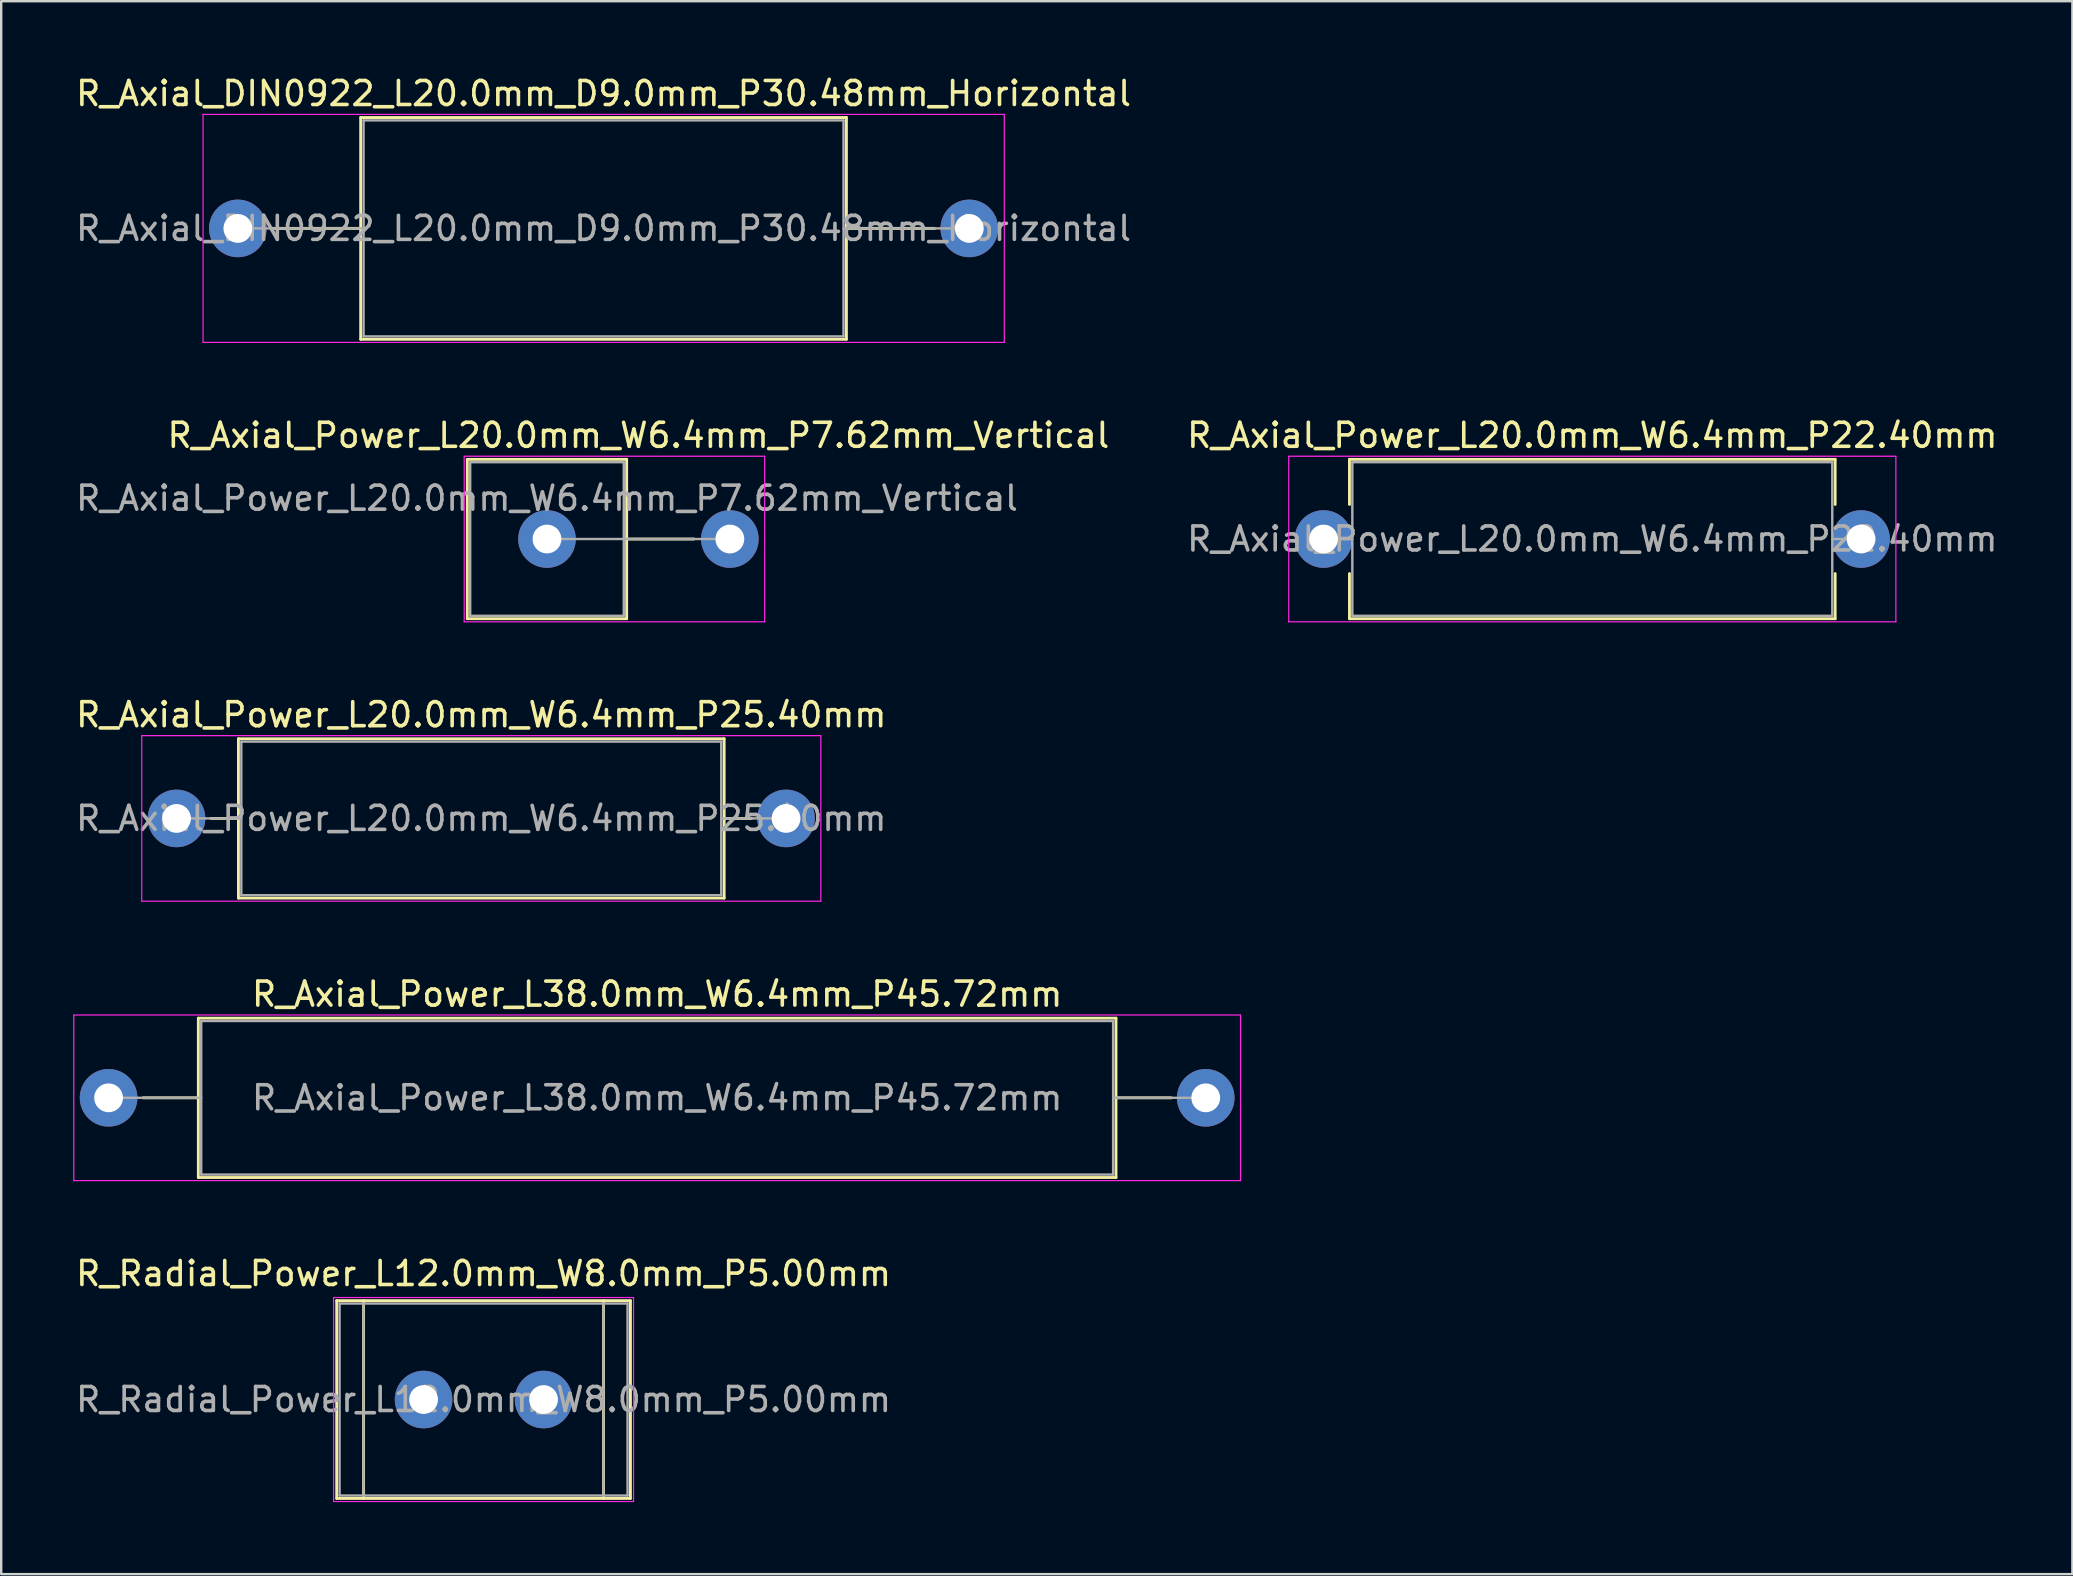
<source format=kicad_pcb>
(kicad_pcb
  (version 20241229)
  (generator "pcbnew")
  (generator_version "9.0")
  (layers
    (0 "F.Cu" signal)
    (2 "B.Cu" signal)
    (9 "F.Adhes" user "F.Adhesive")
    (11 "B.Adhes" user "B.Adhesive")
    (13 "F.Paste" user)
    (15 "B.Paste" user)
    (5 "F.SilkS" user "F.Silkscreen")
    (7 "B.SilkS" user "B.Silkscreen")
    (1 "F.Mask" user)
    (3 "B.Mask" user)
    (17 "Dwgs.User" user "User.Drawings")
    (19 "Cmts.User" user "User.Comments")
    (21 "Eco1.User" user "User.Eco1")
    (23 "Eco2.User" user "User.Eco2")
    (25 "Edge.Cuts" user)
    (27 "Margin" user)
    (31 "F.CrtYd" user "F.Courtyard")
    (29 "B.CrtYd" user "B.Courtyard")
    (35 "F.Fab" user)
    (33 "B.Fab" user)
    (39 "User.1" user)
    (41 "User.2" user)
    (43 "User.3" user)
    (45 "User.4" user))
  (footprint "R_Axial_Power_L38.0mm_W6.4mm_P45.72mm"
    (layer "F.Cu")
    (at 1.475 42.698)
    (property "Reference" "R_Axial_Power_L38.0mm_W6.4mm_P45.72mm" (at 22.86 -4.32 0) (layer "F.SilkS") (effects (font (size 1 1) (thickness 0.15))))
    (attr through_hole)
    (fp_line (start 1.44 0) (end 3.74 0) (stroke (width 0.12) (type solid)) (layer "F.SilkS"))
    (fp_line (start 3.74 -3.32) (end 3.74 3.32) (stroke (width 0.12) (type solid)) (layer "F.SilkS"))
    (fp_line (start 3.74 3.32) (end 41.98 3.32) (stroke (width 0.12) (type solid)) (layer "F.SilkS"))
    (fp_line (start 41.98 -3.32) (end 3.74 -3.32) (stroke (width 0.12) (type solid)) (layer "F.SilkS"))
    (fp_line (start 41.98 3.32) (end 41.98 -3.32) (stroke (width 0.12) (type solid)) (layer "F.SilkS"))
    (fp_line (start 44.28 0) (end 41.98 0) (stroke (width 0.12) (type solid)) (layer "F.SilkS"))
    (fp_line (start -1.45 -3.45) (end -1.45 3.45) (stroke (width 0.05) (type solid)) (layer "F.CrtYd"))
    (fp_line (start -1.45 3.45) (end 47.17 3.45) (stroke (width 0.05) (type solid)) (layer "F.CrtYd"))
    (fp_line (start 47.17 -3.45) (end -1.45 -3.45) (stroke (width 0.05) (type solid)) (layer "F.CrtYd"))
    (fp_line (start 47.17 3.45) (end 47.17 -3.45) (stroke (width 0.05) (type solid)) (layer "F.CrtYd"))
    (fp_line (start 0 0) (end 3.86 0) (stroke (width 0.1) (type solid)) (layer "F.Fab"))
    (fp_line (start 3.86 -3.2) (end 3.86 3.2) (stroke (width 0.1) (type solid)) (layer "F.Fab"))
    (fp_line (start 3.86 3.2) (end 41.86 3.2) (stroke (width 0.1) (type solid)) (layer "F.Fab"))
    (fp_line (start 41.86 -3.2) (end 3.86 -3.2) (stroke (width 0.1) (type solid)) (layer "F.Fab"))
    (fp_line (start 41.86 3.2) (end 41.86 -3.2) (stroke (width 0.1) (type solid)) (layer "F.Fab"))
    (fp_line (start 45.72 0) (end 41.86 0) (stroke (width 0.1) (type solid)) (layer "F.Fab"))
    (fp_text user "${REFERENCE}" (at 22.86 0 0) (layer "F.Fab") (effects (font (size 1 1) (thickness 0.15))))
    (pad "1" thru_hole circle (at 0 0) (size 2.4 2.4) (drill 1.2) (layers "*.Cu" "*.Mask"))
    (pad "2" thru_hole oval (at 45.72 0) (size 2.4 2.4) (drill 1.2) (layers "*.Cu" "*.Mask")))
  (footprint "R_Axial_Power_L20.0mm_W6.4mm_P22.40mm"
    (layer "F.Cu")
    (at 52.104 19.412)
    (property "Reference" "R_Axial_Power_L20.0mm_W6.4mm_P22.40mm" (at 11.2 -4.32 0) (layer "F.SilkS") (effects (font (size 1 1) (thickness 0.15))))
    (attr through_hole)
    (fp_line (start 1.08 -3.32) (end 21.32 -3.32) (stroke (width 0.12) (type solid)) (layer "F.SilkS"))
    (fp_line (start 1.08 -1.44) (end 1.08 -3.32) (stroke (width 0.12) (type solid)) (layer "F.SilkS"))
    (fp_line (start 1.08 1.44) (end 1.08 3.32) (stroke (width 0.12) (type solid)) (layer "F.SilkS"))
    (fp_line (start 1.08 3.32) (end 21.32 3.32) (stroke (width 0.12) (type solid)) (layer "F.SilkS"))
    (fp_line (start 21.32 -3.32) (end 21.32 -1.44) (stroke (width 0.12) (type solid)) (layer "F.SilkS"))
    (fp_line (start 21.32 3.32) (end 21.32 1.44) (stroke (width 0.12) (type solid)) (layer "F.SilkS"))
    (fp_line (start -1.45 -3.45) (end -1.45 3.45) (stroke (width 0.05) (type solid)) (layer "F.CrtYd"))
    (fp_line (start -1.45 3.45) (end 23.85 3.45) (stroke (width 0.05) (type solid)) (layer "F.CrtYd"))
    (fp_line (start 23.85 -3.45) (end -1.45 -3.45) (stroke (width 0.05) (type solid)) (layer "F.CrtYd"))
    (fp_line (start 23.85 3.45) (end 23.85 -3.45) (stroke (width 0.05) (type solid)) (layer "F.CrtYd"))
    (fp_line (start 0 0) (end 1.2 0) (stroke (width 0.1) (type solid)) (layer "F.Fab"))
    (fp_line (start 1.2 -3.2) (end 1.2 3.2) (stroke (width 0.1) (type solid)) (layer "F.Fab"))
    (fp_line (start 1.2 3.2) (end 21.2 3.2) (stroke (width 0.1) (type solid)) (layer "F.Fab"))
    (fp_line (start 21.2 -3.2) (end 1.2 -3.2) (stroke (width 0.1) (type solid)) (layer "F.Fab"))
    (fp_line (start 21.2 3.2) (end 21.2 -3.2) (stroke (width 0.1) (type solid)) (layer "F.Fab"))
    (fp_line (start 22.4 0) (end 21.2 0) (stroke (width 0.1) (type solid)) (layer "F.Fab"))
    (fp_text user "${REFERENCE}" (at 11.2 0 0) (layer "F.Fab") (effects (font (size 1 1) (thickness 0.15))))
    (pad "1" thru_hole circle (at 0 0) (size 2.4 2.4) (drill 1.2) (layers "*.Cu" "*.Mask"))
    (pad "2" thru_hole oval (at 22.4 0) (size 2.4 2.4) (drill 1.2) (layers "*.Cu" "*.Mask")))
  (footprint "R_Axial_Power_L20.0mm_W6.4mm_P25.40mm"
    (layer "F.Cu")
    (at 4.306 31.055)
    (property "Reference" "R_Axial_Power_L20.0mm_W6.4mm_P25.40mm" (at 12.7 -4.32 0) (layer "F.SilkS") (effects (font (size 1 1) (thickness 0.15))))
    (attr through_hole)
    (fp_line (start 1.44 0) (end 2.58 0) (stroke (width 0.12) (type solid)) (layer "F.SilkS"))
    (fp_line (start 2.58 -3.32) (end 2.58 3.32) (stroke (width 0.12) (type solid)) (layer "F.SilkS"))
    (fp_line (start 2.58 3.32) (end 22.82 3.32) (stroke (width 0.12) (type solid)) (layer "F.SilkS"))
    (fp_line (start 22.82 -3.32) (end 2.58 -3.32) (stroke (width 0.12) (type solid)) (layer "F.SilkS"))
    (fp_line (start 22.82 3.32) (end 22.82 -3.32) (stroke (width 0.12) (type solid)) (layer "F.SilkS"))
    (fp_line (start 23.96 0) (end 22.82 0) (stroke (width 0.12) (type solid)) (layer "F.SilkS"))
    (fp_line (start -1.45 -3.45) (end -1.45 3.45) (stroke (width 0.05) (type solid)) (layer "F.CrtYd"))
    (fp_line (start -1.45 3.45) (end 26.85 3.45) (stroke (width 0.05) (type solid)) (layer "F.CrtYd"))
    (fp_line (start 26.85 -3.45) (end -1.45 -3.45) (stroke (width 0.05) (type solid)) (layer "F.CrtYd"))
    (fp_line (start 26.85 3.45) (end 26.85 -3.45) (stroke (width 0.05) (type solid)) (layer "F.CrtYd"))
    (fp_line (start 0 0) (end 2.7 0) (stroke (width 0.1) (type solid)) (layer "F.Fab"))
    (fp_line (start 2.7 -3.2) (end 2.7 3.2) (stroke (width 0.1) (type solid)) (layer "F.Fab"))
    (fp_line (start 2.7 3.2) (end 22.7 3.2) (stroke (width 0.1) (type solid)) (layer "F.Fab"))
    (fp_line (start 22.7 -3.2) (end 2.7 -3.2) (stroke (width 0.1) (type solid)) (layer "F.Fab"))
    (fp_line (start 22.7 3.2) (end 22.7 -3.2) (stroke (width 0.1) (type solid)) (layer "F.Fab"))
    (fp_line (start 25.4 0) (end 22.7 0) (stroke (width 0.1) (type solid)) (layer "F.Fab"))
    (fp_text user "${REFERENCE}" (at 12.7 0 0) (layer "F.Fab") (effects (font (size 1 1) (thickness 0.15))))
    (pad "1" thru_hole circle (at 0 0) (size 2.4 2.4) (drill 1.2) (layers "*.Cu" "*.Mask"))
    (pad "2" thru_hole oval (at 25.4 0) (size 2.4 2.4) (drill 1.2) (layers "*.Cu" "*.Mask")))
  (footprint "R_Radial_Power_L12.0mm_W8.0mm_P5.00mm"
    (layer "F.Cu")
    (at 14.601 55.271)
    (property "Reference" "R_Radial_Power_L12.0mm_W8.0mm_P5.00mm" (at 2.5 -5.25 0) (layer "F.SilkS") (effects (font (size 1 1) (thickness 0.15))))
    (attr through_hole)
    (fp_line (start -3.62 -4.12) (end -3.62 4.12) (stroke (width 0.12) (type solid)) (layer "F.SilkS"))
    (fp_line (start -3.62 -4.12) (end 8.62 -4.12) (stroke (width 0.12) (type solid)) (layer "F.SilkS"))
    (fp_line (start -3.62 4.12) (end 8.62 4.12) (stroke (width 0.12) (type solid)) (layer "F.SilkS"))
    (fp_line (start -2.5 -4.12) (end -2.5 4.12) (stroke (width 0.12) (type solid)) (layer "F.SilkS"))
    (fp_line (start 7.5 -4.12) (end 7.5 4.12) (stroke (width 0.12) (type solid)) (layer "F.SilkS"))
    (fp_line (start 8.62 -4.12) (end 8.62 4.12) (stroke (width 0.12) (type solid)) (layer "F.SilkS"))
    (fp_line (start -3.75 -4.25) (end -3.75 4.25) (stroke (width 0.05) (type solid)) (layer "F.CrtYd"))
    (fp_line (start -3.75 4.25) (end 8.75 4.25) (stroke (width 0.05) (type solid)) (layer "F.CrtYd"))
    (fp_line (start 8.75 -4.25) (end -3.75 -4.25) (stroke (width 0.05) (type solid)) (layer "F.CrtYd"))
    (fp_line (start 8.75 4.25) (end 8.75 -4.25) (stroke (width 0.05) (type solid)) (layer "F.CrtYd"))
    (fp_line (start -3.5 -4) (end -3.5 4) (stroke (width 0.1) (type solid)) (layer "F.Fab"))
    (fp_line (start -3.5 4) (end 8.5 4) (stroke (width 0.1) (type solid)) (layer "F.Fab"))
    (fp_line (start -2.5 -4) (end -2.5 4) (stroke (width 0.1) (type solid)) (layer "F.Fab"))
    (fp_line (start 7.5 -4) (end 7.5 4) (stroke (width 0.1) (type solid)) (layer "F.Fab"))
    (fp_line (start 8.5 -4) (end -3.5 -4) (stroke (width 0.1) (type solid)) (layer "F.Fab"))
    (fp_line (start 8.5 4) (end 8.5 -4) (stroke (width 0.1) (type solid)) (layer "F.Fab"))
    (fp_text user "${REFERENCE}" (at 2.5 0 0) (layer "F.Fab") (effects (font (size 1 1) (thickness 0.15))))
    (pad "1" thru_hole circle (at 0 0) (size 2.4 2.4) (drill 1.2) (layers "*.Cu" "*.Mask"))
    (pad "2" thru_hole circle (at 5 0) (size 2.4 2.4) (drill 1.2) (layers "*.Cu" "*.Mask")))
  (footprint "R_Axial_DIN0922_L20.0mm_D9.0mm_P30.48mm_Horizontal"
    (layer "F.Cu")
    (at 6.861 6.468)
    (property "Reference" "R_Axial_DIN0922_L20.0mm_D9.0mm_P30.48mm_Horizontal" (at 15.24 -5.62 0) (layer "F.SilkS") (effects (font (size 1 1) (thickness 0.15))))
    (attr through_hole)
    (fp_line (start 1.44 0) (end 5.12 0) (stroke (width 0.12) (type solid)) (layer "F.SilkS"))
    (fp_line (start 5.12 -4.62) (end 5.12 4.62) (stroke (width 0.12) (type solid)) (layer "F.SilkS"))
    (fp_line (start 5.12 4.62) (end 25.36 4.62) (stroke (width 0.12) (type solid)) (layer "F.SilkS"))
    (fp_line (start 25.36 -4.62) (end 5.12 -4.62) (stroke (width 0.12) (type solid)) (layer "F.SilkS"))
    (fp_line (start 25.36 4.62) (end 25.36 -4.62) (stroke (width 0.12) (type solid)) (layer "F.SilkS"))
    (fp_line (start 29.04 0) (end 25.36 0) (stroke (width 0.12) (type solid)) (layer "F.SilkS"))
    (fp_line (start -1.45 -4.75) (end -1.45 4.75) (stroke (width 0.05) (type solid)) (layer "F.CrtYd"))
    (fp_line (start -1.45 4.75) (end 31.94 4.75) (stroke (width 0.05) (type solid)) (layer "F.CrtYd"))
    (fp_line (start 31.94 -4.75) (end -1.45 -4.75) (stroke (width 0.05) (type solid)) (layer "F.CrtYd"))
    (fp_line (start 31.94 4.75) (end 31.94 -4.75) (stroke (width 0.05) (type solid)) (layer "F.CrtYd"))
    (fp_line (start 0 0) (end 5.24 0) (stroke (width 0.1) (type solid)) (layer "F.Fab"))
    (fp_line (start 5.24 -4.5) (end 5.24 4.5) (stroke (width 0.1) (type solid)) (layer "F.Fab"))
    (fp_line (start 5.24 4.5) (end 25.24 4.5) (stroke (width 0.1) (type solid)) (layer "F.Fab"))
    (fp_line (start 25.24 -4.5) (end 5.24 -4.5) (stroke (width 0.1) (type solid)) (layer "F.Fab"))
    (fp_line (start 25.24 4.5) (end 25.24 -4.5) (stroke (width 0.1) (type solid)) (layer "F.Fab"))
    (fp_line (start 30.48 0) (end 25.24 0) (stroke (width 0.1) (type solid)) (layer "F.Fab"))
    (fp_text user "${REFERENCE}" (at 15.24 0 0) (layer "F.Fab") (effects (font (size 1 1) (thickness 0.15))))
    (pad "1" thru_hole circle (at 0 0) (size 2.4 2.4) (drill 1.2) (layers "*.Cu" "*.Mask"))
    (pad "2" thru_hole oval (at 30.48 0) (size 2.4 2.4) (drill 1.2) (layers "*.Cu" "*.Mask")))
  (footprint "R_Axial_Power_L20.0mm_W6.4mm_P7.62mm_Vertical"
    (layer "F.Cu")
    (at 19.744 19.412)
    (property "Reference" "R_Axial_Power_L20.0mm_W6.4mm_P7.62mm_Vertical" (at 3.81 -4.32 0) (layer "F.SilkS") (effects (font (size 1 1) (thickness 0.15))))
    (attr through_hole)
    (fp_line (start -3.32 -3.32) (end -3.32 3.32) (stroke (width 0.12) (type solid)) (layer "F.SilkS"))
    (fp_line (start -3.32 3.32) (end 3.32 3.32) (stroke (width 0.12) (type solid)) (layer "F.SilkS"))
    (fp_line (start 3.32 -3.32) (end -3.32 -3.32) (stroke (width 0.12) (type solid)) (layer "F.SilkS"))
    (fp_line (start 3.32 0) (end 6.12 0) (stroke (width 0.12) (type solid)) (layer "F.SilkS"))
    (fp_line (start 3.32 3.32) (end 3.32 -3.32) (stroke (width 0.12) (type solid)) (layer "F.SilkS"))
    (fp_line (start -3.45 -3.45) (end -3.45 3.45) (stroke (width 0.05) (type solid)) (layer "F.CrtYd"))
    (fp_line (start -3.45 3.45) (end 9.07 3.45) (stroke (width 0.05) (type solid)) (layer "F.CrtYd"))
    (fp_line (start 9.07 -3.45) (end -3.45 -3.45) (stroke (width 0.05) (type solid)) (layer "F.CrtYd"))
    (fp_line (start 9.07 3.45) (end 9.07 -3.45) (stroke (width 0.05) (type solid)) (layer "F.CrtYd"))
    (fp_line (start -3.2 -3.2) (end -3.2 3.2) (stroke (width 0.1) (type solid)) (layer "F.Fab"))
    (fp_line (start -3.2 3.2) (end 3.2 3.2) (stroke (width 0.1) (type solid)) (layer "F.Fab"))
    (fp_line (start 0 0) (end 7.62 0) (stroke (width 0.1) (type solid)) (layer "F.Fab"))
    (fp_line (start 3.2 -3.2) (end -3.2 -3.2) (stroke (width 0.1) (type solid)) (layer "F.Fab"))
    (fp_line (start 3.2 3.2) (end 3.2 -3.2) (stroke (width 0.1) (type solid)) (layer "F.Fab"))
    (fp_text user "${REFERENCE}" (at 0 -1.7 0) (layer "F.Fab") (effects (font (size 1 1) (thickness 0.15))))
    (pad "1" thru_hole circle (at 0 0) (size 2.4 2.4) (drill 1.2) (layers "*.Cu" "*.Mask"))
    (pad "2" thru_hole oval (at 7.62 0) (size 2.4 2.4) (drill 1.2) (layers "*.Cu" "*.Mask")))
  (gr_rect
    (start -3 -3)
    (end 83.31 62.546)
    (stroke (width 0.1) (type default))
    (fill no)
    (layer "Edge.Cuts")))
</source>
